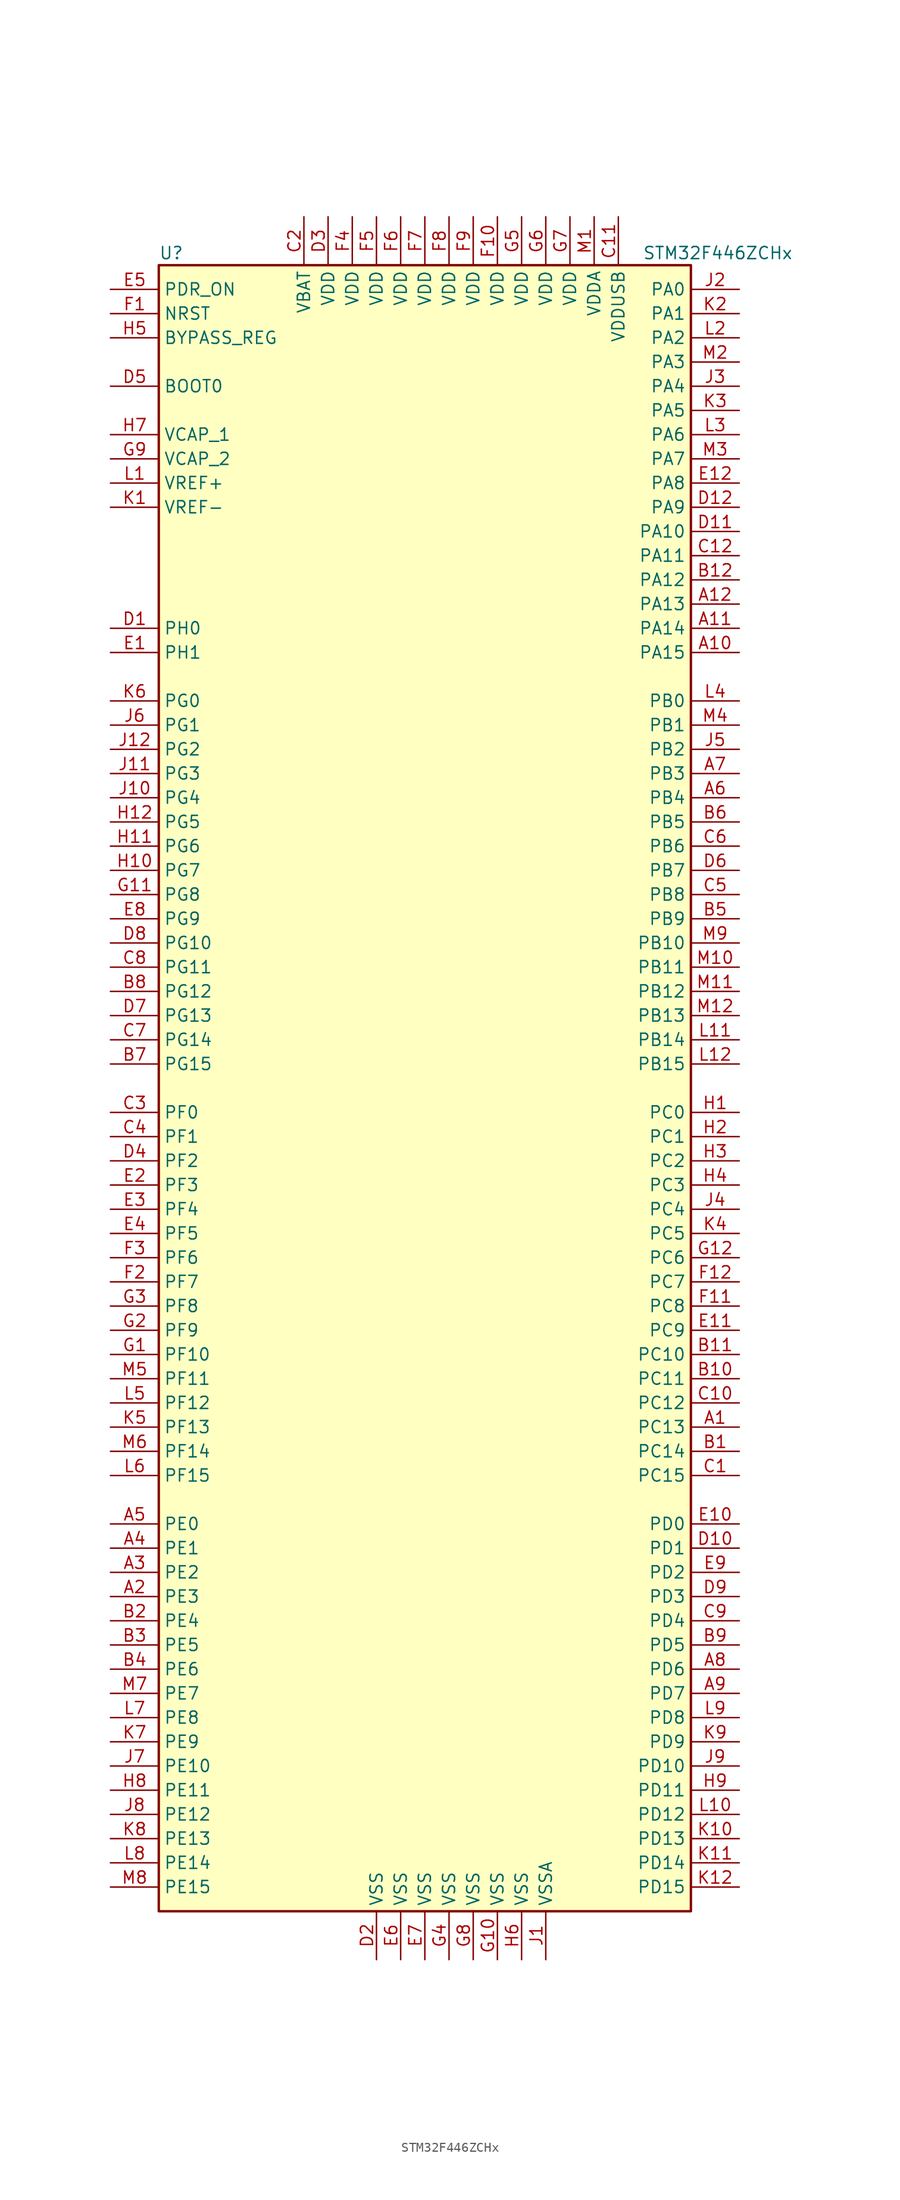
<source format=kicad_sym>
(kicad_symbol_lib
  (version 20201005)
  (generator kicad_symbol_editor)
  (symbol "STM32F446ZCHx"
    (property "Reference" "U"
      (at -27.94 87.63 0)
      (effects (font (size 1.27 1.27)) (justify left)))
    (property "Value" "STM32F446ZCHx"
      (at 22.86 87.63 0)
      (effects (font (size 1.27 1.27)) (justify left)))
    (symbol "STM32F446ZCHx_0_1"
      (rectangle (start -27.94 -86.36) (end 27.94 86.36) (stroke (width 0.254)) (fill (type background))))
    (symbol "STM32F446ZCHx_1_1"
      (pin input line (at -33.02 73.66 0) (length 5.08) (name "BOOT0" (effects (font (size 1.27 1.27)))) (number "D5" (effects (font (size 1.27 1.27)))))
      (pin input line (at -33.02 78.74 0) (length 5.08) (name "BYPASS_REG" (effects (font (size 1.27 1.27)))) (number "H5" (effects (font (size 1.27 1.27)))))
      (pin input line (at -33.02 81.28 0) (length 5.08) (name "NRST" (effects (font (size 1.27 1.27)))) (number "F1" (effects (font (size 1.27 1.27)))))
      (pin bidirectional line (at 33.02 83.82 180) (length 5.08) (name "PA0" (effects (font (size 1.27 1.27)))) (number "J2" (effects (font (size 1.27 1.27)))))
      (pin bidirectional line (at 33.02 81.28 180) (length 5.08) (name "PA1" (effects (font (size 1.27 1.27)))) (number "K2" (effects (font (size 1.27 1.27)))))
      (pin bidirectional line (at 33.02 58.42 180) (length 5.08) (name "PA10" (effects (font (size 1.27 1.27)))) (number "D11" (effects (font (size 1.27 1.27)))))
      (pin bidirectional line (at 33.02 55.88 180) (length 5.08) (name "PA11" (effects (font (size 1.27 1.27)))) (number "C12" (effects (font (size 1.27 1.27)))))
      (pin bidirectional line (at 33.02 53.34 180) (length 5.08) (name "PA12" (effects (font (size 1.27 1.27)))) (number "B12" (effects (font (size 1.27 1.27)))))
      (pin bidirectional line (at 33.02 50.8 180) (length 5.08) (name "PA13" (effects (font (size 1.27 1.27)))) (number "A12" (effects (font (size 1.27 1.27)))))
      (pin bidirectional line (at 33.02 48.26 180) (length 5.08) (name "PA14" (effects (font (size 1.27 1.27)))) (number "A11" (effects (font (size 1.27 1.27)))))
      (pin bidirectional line (at 33.02 45.72 180) (length 5.08) (name "PA15" (effects (font (size 1.27 1.27)))) (number "A10" (effects (font (size 1.27 1.27)))))
      (pin bidirectional line (at 33.02 78.74 180) (length 5.08) (name "PA2" (effects (font (size 1.27 1.27)))) (number "L2" (effects (font (size 1.27 1.27)))))
      (pin bidirectional line (at 33.02 76.2 180) (length 5.08) (name "PA3" (effects (font (size 1.27 1.27)))) (number "M2" (effects (font (size 1.27 1.27)))))
      (pin bidirectional line (at 33.02 73.66 180) (length 5.08) (name "PA4" (effects (font (size 1.27 1.27)))) (number "J3" (effects (font (size 1.27 1.27)))))
      (pin bidirectional line (at 33.02 71.12 180) (length 5.08) (name "PA5" (effects (font (size 1.27 1.27)))) (number "K3" (effects (font (size 1.27 1.27)))))
      (pin bidirectional line (at 33.02 68.58 180) (length 5.08) (name "PA6" (effects (font (size 1.27 1.27)))) (number "L3" (effects (font (size 1.27 1.27)))))
      (pin bidirectional line (at 33.02 66.04 180) (length 5.08) (name "PA7" (effects (font (size 1.27 1.27)))) (number "M3" (effects (font (size 1.27 1.27)))))
      (pin bidirectional line (at 33.02 63.5 180) (length 5.08) (name "PA8" (effects (font (size 1.27 1.27)))) (number "E12" (effects (font (size 1.27 1.27)))))
      (pin bidirectional line (at 33.02 60.96 180) (length 5.08) (name "PA9" (effects (font (size 1.27 1.27)))) (number "D12" (effects (font (size 1.27 1.27)))))
      (pin bidirectional line (at 33.02 40.64 180) (length 5.08) (name "PB0" (effects (font (size 1.27 1.27)))) (number "L4" (effects (font (size 1.27 1.27)))))
      (pin bidirectional line (at 33.02 38.1 180) (length 5.08) (name "PB1" (effects (font (size 1.27 1.27)))) (number "M4" (effects (font (size 1.27 1.27)))))
      (pin bidirectional line (at 33.02 15.24 180) (length 5.08) (name "PB10" (effects (font (size 1.27 1.27)))) (number "M9" (effects (font (size 1.27 1.27)))))
      (pin bidirectional line (at 33.02 12.7 180) (length 5.08) (name "PB11" (effects (font (size 1.27 1.27)))) (number "M10" (effects (font (size 1.27 1.27)))))
      (pin bidirectional line (at 33.02 10.16 180) (length 5.08) (name "PB12" (effects (font (size 1.27 1.27)))) (number "M11" (effects (font (size 1.27 1.27)))))
      (pin bidirectional line (at 33.02 7.62 180) (length 5.08) (name "PB13" (effects (font (size 1.27 1.27)))) (number "M12" (effects (font (size 1.27 1.27)))))
      (pin bidirectional line (at 33.02 5.08 180) (length 5.08) (name "PB14" (effects (font (size 1.27 1.27)))) (number "L11" (effects (font (size 1.27 1.27)))))
      (pin bidirectional line (at 33.02 2.54 180) (length 5.08) (name "PB15" (effects (font (size 1.27 1.27)))) (number "L12" (effects (font (size 1.27 1.27)))))
      (pin bidirectional line (at 33.02 35.56 180) (length 5.08) (name "PB2" (effects (font (size 1.27 1.27)))) (number "J5" (effects (font (size 1.27 1.27)))))
      (pin bidirectional line (at 33.02 33.02 180) (length 5.08) (name "PB3" (effects (font (size 1.27 1.27)))) (number "A7" (effects (font (size 1.27 1.27)))))
      (pin bidirectional line (at 33.02 30.48 180) (length 5.08) (name "PB4" (effects (font (size 1.27 1.27)))) (number "A6" (effects (font (size 1.27 1.27)))))
      (pin bidirectional line (at 33.02 27.94 180) (length 5.08) (name "PB5" (effects (font (size 1.27 1.27)))) (number "B6" (effects (font (size 1.27 1.27)))))
      (pin bidirectional line (at 33.02 25.4 180) (length 5.08) (name "PB6" (effects (font (size 1.27 1.27)))) (number "C6" (effects (font (size 1.27 1.27)))))
      (pin bidirectional line (at 33.02 22.86 180) (length 5.08) (name "PB7" (effects (font (size 1.27 1.27)))) (number "D6" (effects (font (size 1.27 1.27)))))
      (pin bidirectional line (at 33.02 20.32 180) (length 5.08) (name "PB8" (effects (font (size 1.27 1.27)))) (number "C5" (effects (font (size 1.27 1.27)))))
      (pin bidirectional line (at 33.02 17.78 180) (length 5.08) (name "PB9" (effects (font (size 1.27 1.27)))) (number "B5" (effects (font (size 1.27 1.27)))))
      (pin bidirectional line (at 33.02 -2.54 180) (length 5.08) (name "PC0" (effects (font (size 1.27 1.27)))) (number "H1" (effects (font (size 1.27 1.27)))))
      (pin bidirectional line (at 33.02 -5.08 180) (length 5.08) (name "PC1" (effects (font (size 1.27 1.27)))) (number "H2" (effects (font (size 1.27 1.27)))))
      (pin bidirectional line (at 33.02 -27.94 180) (length 5.08) (name "PC10" (effects (font (size 1.27 1.27)))) (number "B11" (effects (font (size 1.27 1.27)))))
      (pin bidirectional line (at 33.02 -30.48 180) (length 5.08) (name "PC11" (effects (font (size 1.27 1.27)))) (number "B10" (effects (font (size 1.27 1.27)))))
      (pin bidirectional line (at 33.02 -33.02 180) (length 5.08) (name "PC12" (effects (font (size 1.27 1.27)))) (number "C10" (effects (font (size 1.27 1.27)))))
      (pin bidirectional line (at 33.02 -35.56 180) (length 5.08) (name "PC13" (effects (font (size 1.27 1.27)))) (number "A1" (effects (font (size 1.27 1.27)))))
      (pin bidirectional line (at 33.02 -38.1 180) (length 5.08) (name "PC14" (effects (font (size 1.27 1.27)))) (number "B1" (effects (font (size 1.27 1.27)))))
      (pin bidirectional line (at 33.02 -40.64 180) (length 5.08) (name "PC15" (effects (font (size 1.27 1.27)))) (number "C1" (effects (font (size 1.27 1.27)))))
      (pin bidirectional line (at 33.02 -7.62 180) (length 5.08) (name "PC2" (effects (font (size 1.27 1.27)))) (number "H3" (effects (font (size 1.27 1.27)))))
      (pin bidirectional line (at 33.02 -10.16 180) (length 5.08) (name "PC3" (effects (font (size 1.27 1.27)))) (number "H4" (effects (font (size 1.27 1.27)))))
      (pin bidirectional line (at 33.02 -12.7 180) (length 5.08) (name "PC4" (effects (font (size 1.27 1.27)))) (number "J4" (effects (font (size 1.27 1.27)))))
      (pin bidirectional line (at 33.02 -15.24 180) (length 5.08) (name "PC5" (effects (font (size 1.27 1.27)))) (number "K4" (effects (font (size 1.27 1.27)))))
      (pin bidirectional line (at 33.02 -17.78 180) (length 5.08) (name "PC6" (effects (font (size 1.27 1.27)))) (number "G12" (effects (font (size 1.27 1.27)))))
      (pin bidirectional line (at 33.02 -20.32 180) (length 5.08) (name "PC7" (effects (font (size 1.27 1.27)))) (number "F12" (effects (font (size 1.27 1.27)))))
      (pin bidirectional line (at 33.02 -22.86 180) (length 5.08) (name "PC8" (effects (font (size 1.27 1.27)))) (number "F11" (effects (font (size 1.27 1.27)))))
      (pin bidirectional line (at 33.02 -25.4 180) (length 5.08) (name "PC9" (effects (font (size 1.27 1.27)))) (number "E11" (effects (font (size 1.27 1.27)))))
      (pin bidirectional line (at 33.02 -45.72 180) (length 5.08) (name "PD0" (effects (font (size 1.27 1.27)))) (number "E10" (effects (font (size 1.27 1.27)))))
      (pin bidirectional line (at 33.02 -48.26 180) (length 5.08) (name "PD1" (effects (font (size 1.27 1.27)))) (number "D10" (effects (font (size 1.27 1.27)))))
      (pin bidirectional line (at 33.02 -71.12 180) (length 5.08) (name "PD10" (effects (font (size 1.27 1.27)))) (number "J9" (effects (font (size 1.27 1.27)))))
      (pin bidirectional line (at 33.02 -73.66 180) (length 5.08) (name "PD11" (effects (font (size 1.27 1.27)))) (number "H9" (effects (font (size 1.27 1.27)))))
      (pin bidirectional line (at 33.02 -76.2 180) (length 5.08) (name "PD12" (effects (font (size 1.27 1.27)))) (number "L10" (effects (font (size 1.27 1.27)))))
      (pin bidirectional line (at 33.02 -78.74 180) (length 5.08) (name "PD13" (effects (font (size 1.27 1.27)))) (number "K10" (effects (font (size 1.27 1.27)))))
      (pin bidirectional line (at 33.02 -81.28 180) (length 5.08) (name "PD14" (effects (font (size 1.27 1.27)))) (number "K11" (effects (font (size 1.27 1.27)))))
      (pin bidirectional line (at 33.02 -83.82 180) (length 5.08) (name "PD15" (effects (font (size 1.27 1.27)))) (number "K12" (effects (font (size 1.27 1.27)))))
      (pin bidirectional line (at 33.02 -50.8 180) (length 5.08) (name "PD2" (effects (font (size 1.27 1.27)))) (number "E9" (effects (font (size 1.27 1.27)))))
      (pin bidirectional line (at 33.02 -53.34 180) (length 5.08) (name "PD3" (effects (font (size 1.27 1.27)))) (number "D9" (effects (font (size 1.27 1.27)))))
      (pin bidirectional line (at 33.02 -55.88 180) (length 5.08) (name "PD4" (effects (font (size 1.27 1.27)))) (number "C9" (effects (font (size 1.27 1.27)))))
      (pin bidirectional line (at 33.02 -58.42 180) (length 5.08) (name "PD5" (effects (font (size 1.27 1.27)))) (number "B9" (effects (font (size 1.27 1.27)))))
      (pin bidirectional line (at 33.02 -60.96 180) (length 5.08) (name "PD6" (effects (font (size 1.27 1.27)))) (number "A8" (effects (font (size 1.27 1.27)))))
      (pin bidirectional line (at 33.02 -63.5 180) (length 5.08) (name "PD7" (effects (font (size 1.27 1.27)))) (number "A9" (effects (font (size 1.27 1.27)))))
      (pin bidirectional line (at 33.02 -66.04 180) (length 5.08) (name "PD8" (effects (font (size 1.27 1.27)))) (number "L9" (effects (font (size 1.27 1.27)))))
      (pin bidirectional line (at 33.02 -68.58 180) (length 5.08) (name "PD9" (effects (font (size 1.27 1.27)))) (number "K9" (effects (font (size 1.27 1.27)))))
      (pin input line (at -33.02 83.82 0) (length 5.08) (name "PDR_ON" (effects (font (size 1.27 1.27)))) (number "E5" (effects (font (size 1.27 1.27)))))
      (pin bidirectional line (at -33.02 -45.72 0) (length 5.08) (name "PE0" (effects (font (size 1.27 1.27)))) (number "A5" (effects (font (size 1.27 1.27)))))
      (pin bidirectional line (at -33.02 -48.26 0) (length 5.08) (name "PE1" (effects (font (size 1.27 1.27)))) (number "A4" (effects (font (size 1.27 1.27)))))
      (pin bidirectional line (at -33.02 -71.12 0) (length 5.08) (name "PE10" (effects (font (size 1.27 1.27)))) (number "J7" (effects (font (size 1.27 1.27)))))
      (pin bidirectional line (at -33.02 -73.66 0) (length 5.08) (name "PE11" (effects (font (size 1.27 1.27)))) (number "H8" (effects (font (size 1.27 1.27)))))
      (pin bidirectional line (at -33.02 -76.2 0) (length 5.08) (name "PE12" (effects (font (size 1.27 1.27)))) (number "J8" (effects (font (size 1.27 1.27)))))
      (pin bidirectional line (at -33.02 -78.74 0) (length 5.08) (name "PE13" (effects (font (size 1.27 1.27)))) (number "K8" (effects (font (size 1.27 1.27)))))
      (pin bidirectional line (at -33.02 -81.28 0) (length 5.08) (name "PE14" (effects (font (size 1.27 1.27)))) (number "L8" (effects (font (size 1.27 1.27)))))
      (pin bidirectional line (at -33.02 -83.82 0) (length 5.08) (name "PE15" (effects (font (size 1.27 1.27)))) (number "M8" (effects (font (size 1.27 1.27)))))
      (pin bidirectional line (at -33.02 -50.8 0) (length 5.08) (name "PE2" (effects (font (size 1.27 1.27)))) (number "A3" (effects (font (size 1.27 1.27)))))
      (pin bidirectional line (at -33.02 -53.34 0) (length 5.08) (name "PE3" (effects (font (size 1.27 1.27)))) (number "A2" (effects (font (size 1.27 1.27)))))
      (pin bidirectional line (at -33.02 -55.88 0) (length 5.08) (name "PE4" (effects (font (size 1.27 1.27)))) (number "B2" (effects (font (size 1.27 1.27)))))
      (pin bidirectional line (at -33.02 -58.42 0) (length 5.08) (name "PE5" (effects (font (size 1.27 1.27)))) (number "B3" (effects (font (size 1.27 1.27)))))
      (pin bidirectional line (at -33.02 -60.96 0) (length 5.08) (name "PE6" (effects (font (size 1.27 1.27)))) (number "B4" (effects (font (size 1.27 1.27)))))
      (pin bidirectional line (at -33.02 -63.5 0) (length 5.08) (name "PE7" (effects (font (size 1.27 1.27)))) (number "M7" (effects (font (size 1.27 1.27)))))
      (pin bidirectional line (at -33.02 -66.04 0) (length 5.08) (name "PE8" (effects (font (size 1.27 1.27)))) (number "L7" (effects (font (size 1.27 1.27)))))
      (pin bidirectional line (at -33.02 -68.58 0) (length 5.08) (name "PE9" (effects (font (size 1.27 1.27)))) (number "K7" (effects (font (size 1.27 1.27)))))
      (pin bidirectional line (at -33.02 -2.54 0) (length 5.08) (name "PF0" (effects (font (size 1.27 1.27)))) (number "C3" (effects (font (size 1.27 1.27)))))
      (pin bidirectional line (at -33.02 -5.08 0) (length 5.08) (name "PF1" (effects (font (size 1.27 1.27)))) (number "C4" (effects (font (size 1.27 1.27)))))
      (pin bidirectional line (at -33.02 -27.94 0) (length 5.08) (name "PF10" (effects (font (size 1.27 1.27)))) (number "G1" (effects (font (size 1.27 1.27)))))
      (pin bidirectional line (at -33.02 -30.48 0) (length 5.08) (name "PF11" (effects (font (size 1.27 1.27)))) (number "M5" (effects (font (size 1.27 1.27)))))
      (pin bidirectional line (at -33.02 -33.02 0) (length 5.08) (name "PF12" (effects (font (size 1.27 1.27)))) (number "L5" (effects (font (size 1.27 1.27)))))
      (pin bidirectional line (at -33.02 -35.56 0) (length 5.08) (name "PF13" (effects (font (size 1.27 1.27)))) (number "K5" (effects (font (size 1.27 1.27)))))
      (pin bidirectional line (at -33.02 -38.1 0) (length 5.08) (name "PF14" (effects (font (size 1.27 1.27)))) (number "M6" (effects (font (size 1.27 1.27)))))
      (pin bidirectional line (at -33.02 -40.64 0) (length 5.08) (name "PF15" (effects (font (size 1.27 1.27)))) (number "L6" (effects (font (size 1.27 1.27)))))
      (pin bidirectional line (at -33.02 -7.62 0) (length 5.08) (name "PF2" (effects (font (size 1.27 1.27)))) (number "D4" (effects (font (size 1.27 1.27)))))
      (pin bidirectional line (at -33.02 -10.16 0) (length 5.08) (name "PF3" (effects (font (size 1.27 1.27)))) (number "E2" (effects (font (size 1.27 1.27)))))
      (pin bidirectional line (at -33.02 -12.7 0) (length 5.08) (name "PF4" (effects (font (size 1.27 1.27)))) (number "E3" (effects (font (size 1.27 1.27)))))
      (pin bidirectional line (at -33.02 -15.24 0) (length 5.08) (name "PF5" (effects (font (size 1.27 1.27)))) (number "E4" (effects (font (size 1.27 1.27)))))
      (pin bidirectional line (at -33.02 -17.78 0) (length 5.08) (name "PF6" (effects (font (size 1.27 1.27)))) (number "F3" (effects (font (size 1.27 1.27)))))
      (pin bidirectional line (at -33.02 -20.32 0) (length 5.08) (name "PF7" (effects (font (size 1.27 1.27)))) (number "F2" (effects (font (size 1.27 1.27)))))
      (pin bidirectional line (at -33.02 -22.86 0) (length 5.08) (name "PF8" (effects (font (size 1.27 1.27)))) (number "G3" (effects (font (size 1.27 1.27)))))
      (pin bidirectional line (at -33.02 -25.4 0) (length 5.08) (name "PF9" (effects (font (size 1.27 1.27)))) (number "G2" (effects (font (size 1.27 1.27)))))
      (pin bidirectional line (at -33.02 40.64 0) (length 5.08) (name "PG0" (effects (font (size 1.27 1.27)))) (number "K6" (effects (font (size 1.27 1.27)))))
      (pin bidirectional line (at -33.02 38.1 0) (length 5.08) (name "PG1" (effects (font (size 1.27 1.27)))) (number "J6" (effects (font (size 1.27 1.27)))))
      (pin bidirectional line (at -33.02 15.24 0) (length 5.08) (name "PG10" (effects (font (size 1.27 1.27)))) (number "D8" (effects (font (size 1.27 1.27)))))
      (pin bidirectional line (at -33.02 12.7 0) (length 5.08) (name "PG11" (effects (font (size 1.27 1.27)))) (number "C8" (effects (font (size 1.27 1.27)))))
      (pin bidirectional line (at -33.02 10.16 0) (length 5.08) (name "PG12" (effects (font (size 1.27 1.27)))) (number "B8" (effects (font (size 1.27 1.27)))))
      (pin bidirectional line (at -33.02 7.62 0) (length 5.08) (name "PG13" (effects (font (size 1.27 1.27)))) (number "D7" (effects (font (size 1.27 1.27)))))
      (pin bidirectional line (at -33.02 5.08 0) (length 5.08) (name "PG14" (effects (font (size 1.27 1.27)))) (number "C7" (effects (font (size 1.27 1.27)))))
      (pin bidirectional line (at -33.02 2.54 0) (length 5.08) (name "PG15" (effects (font (size 1.27 1.27)))) (number "B7" (effects (font (size 1.27 1.27)))))
      (pin bidirectional line (at -33.02 35.56 0) (length 5.08) (name "PG2" (effects (font (size 1.27 1.27)))) (number "J12" (effects (font (size 1.27 1.27)))))
      (pin bidirectional line (at -33.02 33.02 0) (length 5.08) (name "PG3" (effects (font (size 1.27 1.27)))) (number "J11" (effects (font (size 1.27 1.27)))))
      (pin bidirectional line (at -33.02 30.48 0) (length 5.08) (name "PG4" (effects (font (size 1.27 1.27)))) (number "J10" (effects (font (size 1.27 1.27)))))
      (pin bidirectional line (at -33.02 27.94 0) (length 5.08) (name "PG5" (effects (font (size 1.27 1.27)))) (number "H12" (effects (font (size 1.27 1.27)))))
      (pin bidirectional line (at -33.02 25.4 0) (length 5.08) (name "PG6" (effects (font (size 1.27 1.27)))) (number "H11" (effects (font (size 1.27 1.27)))))
      (pin bidirectional line (at -33.02 22.86 0) (length 5.08) (name "PG7" (effects (font (size 1.27 1.27)))) (number "H10" (effects (font (size 1.27 1.27)))))
      (pin bidirectional line (at -33.02 20.32 0) (length 5.08) (name "PG8" (effects (font (size 1.27 1.27)))) (number "G11" (effects (font (size 1.27 1.27)))))
      (pin bidirectional line (at -33.02 17.78 0) (length 5.08) (name "PG9" (effects (font (size 1.27 1.27)))) (number "E8" (effects (font (size 1.27 1.27)))))
      (pin input line (at -33.02 48.26 0) (length 5.08) (name "PH0" (effects (font (size 1.27 1.27)))) (number "D1" (effects (font (size 1.27 1.27)))))
      (pin input line (at -33.02 45.72 0) (length 5.08) (name "PH1" (effects (font (size 1.27 1.27)))) (number "E1" (effects (font (size 1.27 1.27)))))
      (pin power_in line (at -12.7 91.44 270) (length 5.08) (name "VBAT" (effects (font (size 1.27 1.27)))) (number "C2" (effects (font (size 1.27 1.27)))))
      (pin power_in line (at -33.02 68.58 0) (length 5.08) (name "VCAP_1" (effects (font (size 1.27 1.27)))) (number "H7" (effects (font (size 1.27 1.27)))))
      (pin power_in line (at -33.02 66.04 0) (length 5.08) (name "VCAP_2" (effects (font (size 1.27 1.27)))) (number "G9" (effects (font (size 1.27 1.27)))))
      (pin power_in line (at -10.16 91.44 270) (length 5.08) (name "VDD" (effects (font (size 1.27 1.27)))) (number "D3" (effects (font (size 1.27 1.27)))))
      (pin power_in line (at 7.62 91.44 270) (length 5.08) (name "VDD" (effects (font (size 1.27 1.27)))) (number "F10" (effects (font (size 1.27 1.27)))))
      (pin power_in line (at -7.62 91.44 270) (length 5.08) (name "VDD" (effects (font (size 1.27 1.27)))) (number "F4" (effects (font (size 1.27 1.27)))))
      (pin power_in line (at -5.08 91.44 270) (length 5.08) (name "VDD" (effects (font (size 1.27 1.27)))) (number "F5" (effects (font (size 1.27 1.27)))))
      (pin power_in line (at -2.54 91.44 270) (length 5.08) (name "VDD" (effects (font (size 1.27 1.27)))) (number "F6" (effects (font (size 1.27 1.27)))))
      (pin power_in line (at 0 91.44 270) (length 5.08) (name "VDD" (effects (font (size 1.27 1.27)))) (number "F7" (effects (font (size 1.27 1.27)))))
      (pin power_in line (at 2.54 91.44 270) (length 5.08) (name "VDD" (effects (font (size 1.27 1.27)))) (number "F8" (effects (font (size 1.27 1.27)))))
      (pin power_in line (at 5.08 91.44 270) (length 5.08) (name "VDD" (effects (font (size 1.27 1.27)))) (number "F9" (effects (font (size 1.27 1.27)))))
      (pin power_in line (at 10.16 91.44 270) (length 5.08) (name "VDD" (effects (font (size 1.27 1.27)))) (number "G5" (effects (font (size 1.27 1.27)))))
      (pin power_in line (at 12.7 91.44 270) (length 5.08) (name "VDD" (effects (font (size 1.27 1.27)))) (number "G6" (effects (font (size 1.27 1.27)))))
      (pin power_in line (at 15.24 91.44 270) (length 5.08) (name "VDD" (effects (font (size 1.27 1.27)))) (number "G7" (effects (font (size 1.27 1.27)))))
      (pin power_in line (at 17.78 91.44 270) (length 5.08) (name "VDDA" (effects (font (size 1.27 1.27)))) (number "M1" (effects (font (size 1.27 1.27)))))
      (pin power_in line (at 20.32 91.44 270) (length 5.08) (name "VDDUSB" (effects (font (size 1.27 1.27)))) (number "C11" (effects (font (size 1.27 1.27)))))
      (pin power_in line (at -33.02 63.5 0) (length 5.08) (name "VREF+" (effects (font (size 1.27 1.27)))) (number "L1" (effects (font (size 1.27 1.27)))))
      (pin power_in line (at -33.02 60.96 0) (length 5.08) (name "VREF-" (effects (font (size 1.27 1.27)))) (number "K1" (effects (font (size 1.27 1.27)))))
      (pin power_in line (at -5.08 -91.44 90) (length 5.08) (name "VSS" (effects (font (size 1.27 1.27)))) (number "D2" (effects (font (size 1.27 1.27)))))
      (pin power_in line (at -2.54 -91.44 90) (length 5.08) (name "VSS" (effects (font (size 1.27 1.27)))) (number "E6" (effects (font (size 1.27 1.27)))))
      (pin power_in line (at 0 -91.44 90) (length 5.08) (name "VSS" (effects (font (size 1.27 1.27)))) (number "E7" (effects (font (size 1.27 1.27)))))
      (pin power_in line (at 7.62 -91.44 90) (length 5.08) (name "VSS" (effects (font (size 1.27 1.27)))) (number "G10" (effects (font (size 1.27 1.27)))))
      (pin power_in line (at 2.54 -91.44 90) (length 5.08) (name "VSS" (effects (font (size 1.27 1.27)))) (number "G4" (effects (font (size 1.27 1.27)))))
      (pin power_in line (at 5.08 -91.44 90) (length 5.08) (name "VSS" (effects (font (size 1.27 1.27)))) (number "G8" (effects (font (size 1.27 1.27)))))
      (pin power_in line (at 10.16 -91.44 90) (length 5.08) (name "VSS" (effects (font (size 1.27 1.27)))) (number "H6" (effects (font (size 1.27 1.27)))))
      (pin power_in line (at 12.7 -91.44 90) (length 5.08) (name "VSSA" (effects (font (size 1.27 1.27)))) (number "J1" (effects (font (size 1.27 1.27))))))))
</source>
